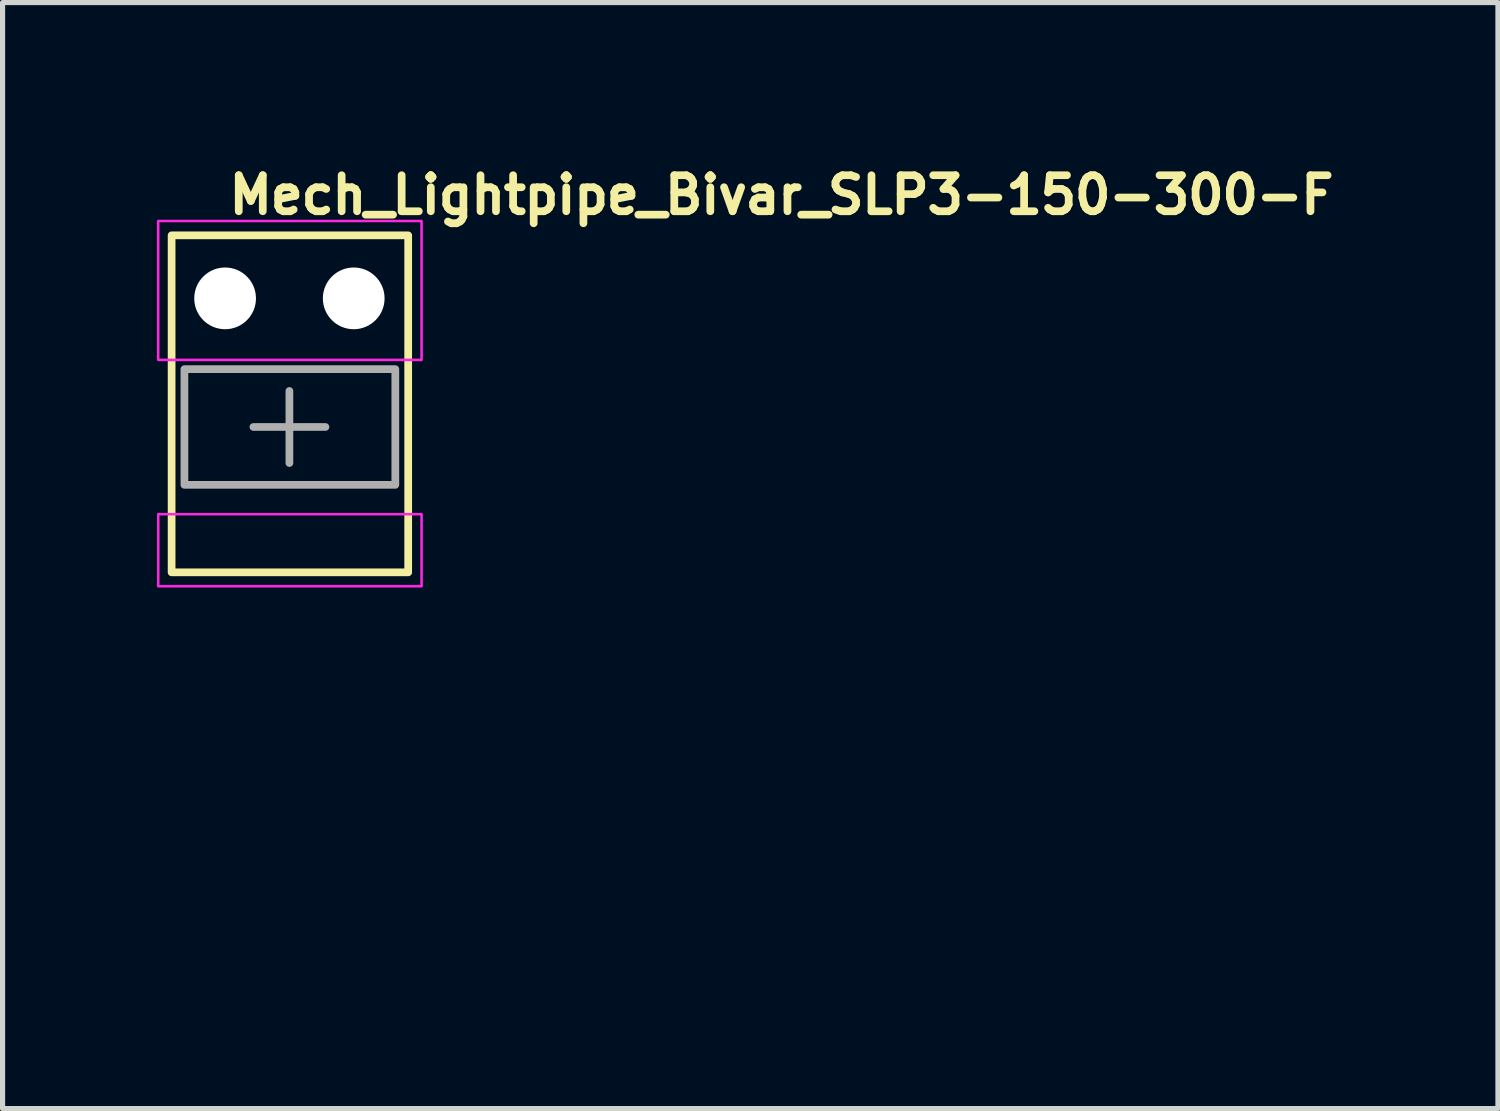
<source format=kicad_pcb>
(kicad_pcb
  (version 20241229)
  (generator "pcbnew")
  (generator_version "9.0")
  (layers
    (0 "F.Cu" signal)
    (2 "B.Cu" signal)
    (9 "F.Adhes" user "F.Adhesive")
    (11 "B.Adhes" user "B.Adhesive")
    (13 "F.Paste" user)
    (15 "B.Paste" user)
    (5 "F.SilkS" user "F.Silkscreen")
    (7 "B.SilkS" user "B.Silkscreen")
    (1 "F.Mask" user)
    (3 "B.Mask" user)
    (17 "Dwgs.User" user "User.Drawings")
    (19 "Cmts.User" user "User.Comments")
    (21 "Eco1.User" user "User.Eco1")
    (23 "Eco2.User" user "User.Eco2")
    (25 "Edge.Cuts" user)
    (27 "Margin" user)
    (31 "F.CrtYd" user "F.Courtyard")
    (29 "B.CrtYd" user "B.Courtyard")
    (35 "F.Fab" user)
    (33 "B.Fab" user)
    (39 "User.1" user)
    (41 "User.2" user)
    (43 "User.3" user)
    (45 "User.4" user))
  (footprint "Mech_Lightpipe_Bivar_SLP3-150-300-F"
    (layer "F.Cu")
    (at 1.326 2.75)
    (property "Reference" "Mech_Lightpipe_Bivar_SLP3-150-300-F" (at 0 -1.6 0) (unlocked yes) (layer "F.SilkS") (effects (font (size 0.7 0.7) (thickness 0.15)) (justify left bottom)))
    (attr through_hole)
    (fp_rect (start -1.04 -1.225) (end 3.559 5.326) (stroke (width 0.15) (type solid)) (fill no) (layer "F.SilkS"))
    (fp_rect (start -1.301 -1.504) (end 3.819 1.196) (stroke (width 0.05) (type solid)) (fill no) (layer "F.CrtYd"))
    (fp_rect (start -1.3 4.196) (end 3.819 5.596) (stroke (width 0.05) (type solid)) (fill no) (layer "F.CrtYd"))
    (fp_line (start 0.55 2.5) (end 1.25 2.5) (stroke (width 0.15) (type solid)) (layer "F.Fab"))
    (fp_line (start 1.25 1.8) (end 1.25 2.5) (stroke (width 0.15) (type solid)) (layer "F.Fab"))
    (fp_line (start 1.25 2.5) (end 1.25 3.201) (stroke (width 0.15) (type solid)) (layer "F.Fab"))
    (fp_line (start 1.25 2.5) (end 1.95 2.5) (stroke (width 0.15) (type solid)) (layer "F.Fab"))
    (fp_rect (start -0.791 1.376) (end 3.309 3.625) (stroke (width 0.15) (type solid)) (fill no) (layer "F.Fab"))
    (fp_rect (start -1.002 -1.249) (end 3.519 12.7) (stroke (width 0.1) (type solid)) (fill no) (layer "User.5"))
    (fp_line (start -1.002 -1.249) (end -1.002 5.102) (stroke (width 0.02) (type solid)) (layer "User.9"))
    (fp_line (start -1.002 -1.249) (end 3.519 -1.249) (stroke (width 0.02) (type solid)) (layer "User.9"))
    (fp_line (start -1.002 5.102) (end 3.519 5.102) (stroke (width 0.02) (type solid)) (layer "User.9"))
    (fp_line (start -0.906 5.102) (end -0.906 5.102) (stroke (width 0.02) (type solid)) (layer "User.9"))
    (fp_line (start -0.672 3.856) (end 3.197 3.856) (stroke (width 0.02) (type solid)) (layer "User.9"))
    (fp_line (start -0.263 12.7) (end -0.263 5.102) (stroke (width 0.02) (type solid)) (layer "User.9"))
    (fp_line (start -0.263 12.7) (end 2.733 12.7) (stroke (width 0.02) (type solid)) (layer "User.9"))
    (fp_line (start 2.733 12.7) (end 2.733 5.102) (stroke (width 0.02) (type solid)) (layer "User.9"))
    (fp_line (start 3.519 5.102) (end 3.519 -1.249) (stroke (width 0.02) (type solid)) (layer "User.9"))
    (fp_rect (start -0.791 1.376) (end 3.309 3.625) (stroke (width 0.02) (type solid)) (fill no) (layer "User.9"))
    (fp_arc (start -0.671997 3.856057) (mid -0.902456 3.766374) (end -1.002 3.54) (stroke (width 0.02) (type default)) (layer "User.9"))
    (fp_arc (start 3.519 3.526054) (mid 3.426332 3.757749) (end 3.196973 3.856057) (stroke (width 0.02) (type default)) (layer "User.9"))
    (pad "" np_thru_hole circle (at 0 0) (size 1.2 1.2) (drill 1.3) (layers "*.Cu" "*.Mask"))
    (pad "" np_thru_hole circle (at 2.5 0) (size 1.2 1.2) (drill 1.3) (layers "*.Cu" "*.Mask")))
  (gr_rect
    (start -3 -3)
    (end 26.069 18.5)
    (stroke (width 0.1) (type default))
    (fill no)
    (layer "Edge.Cuts")))
</source>
